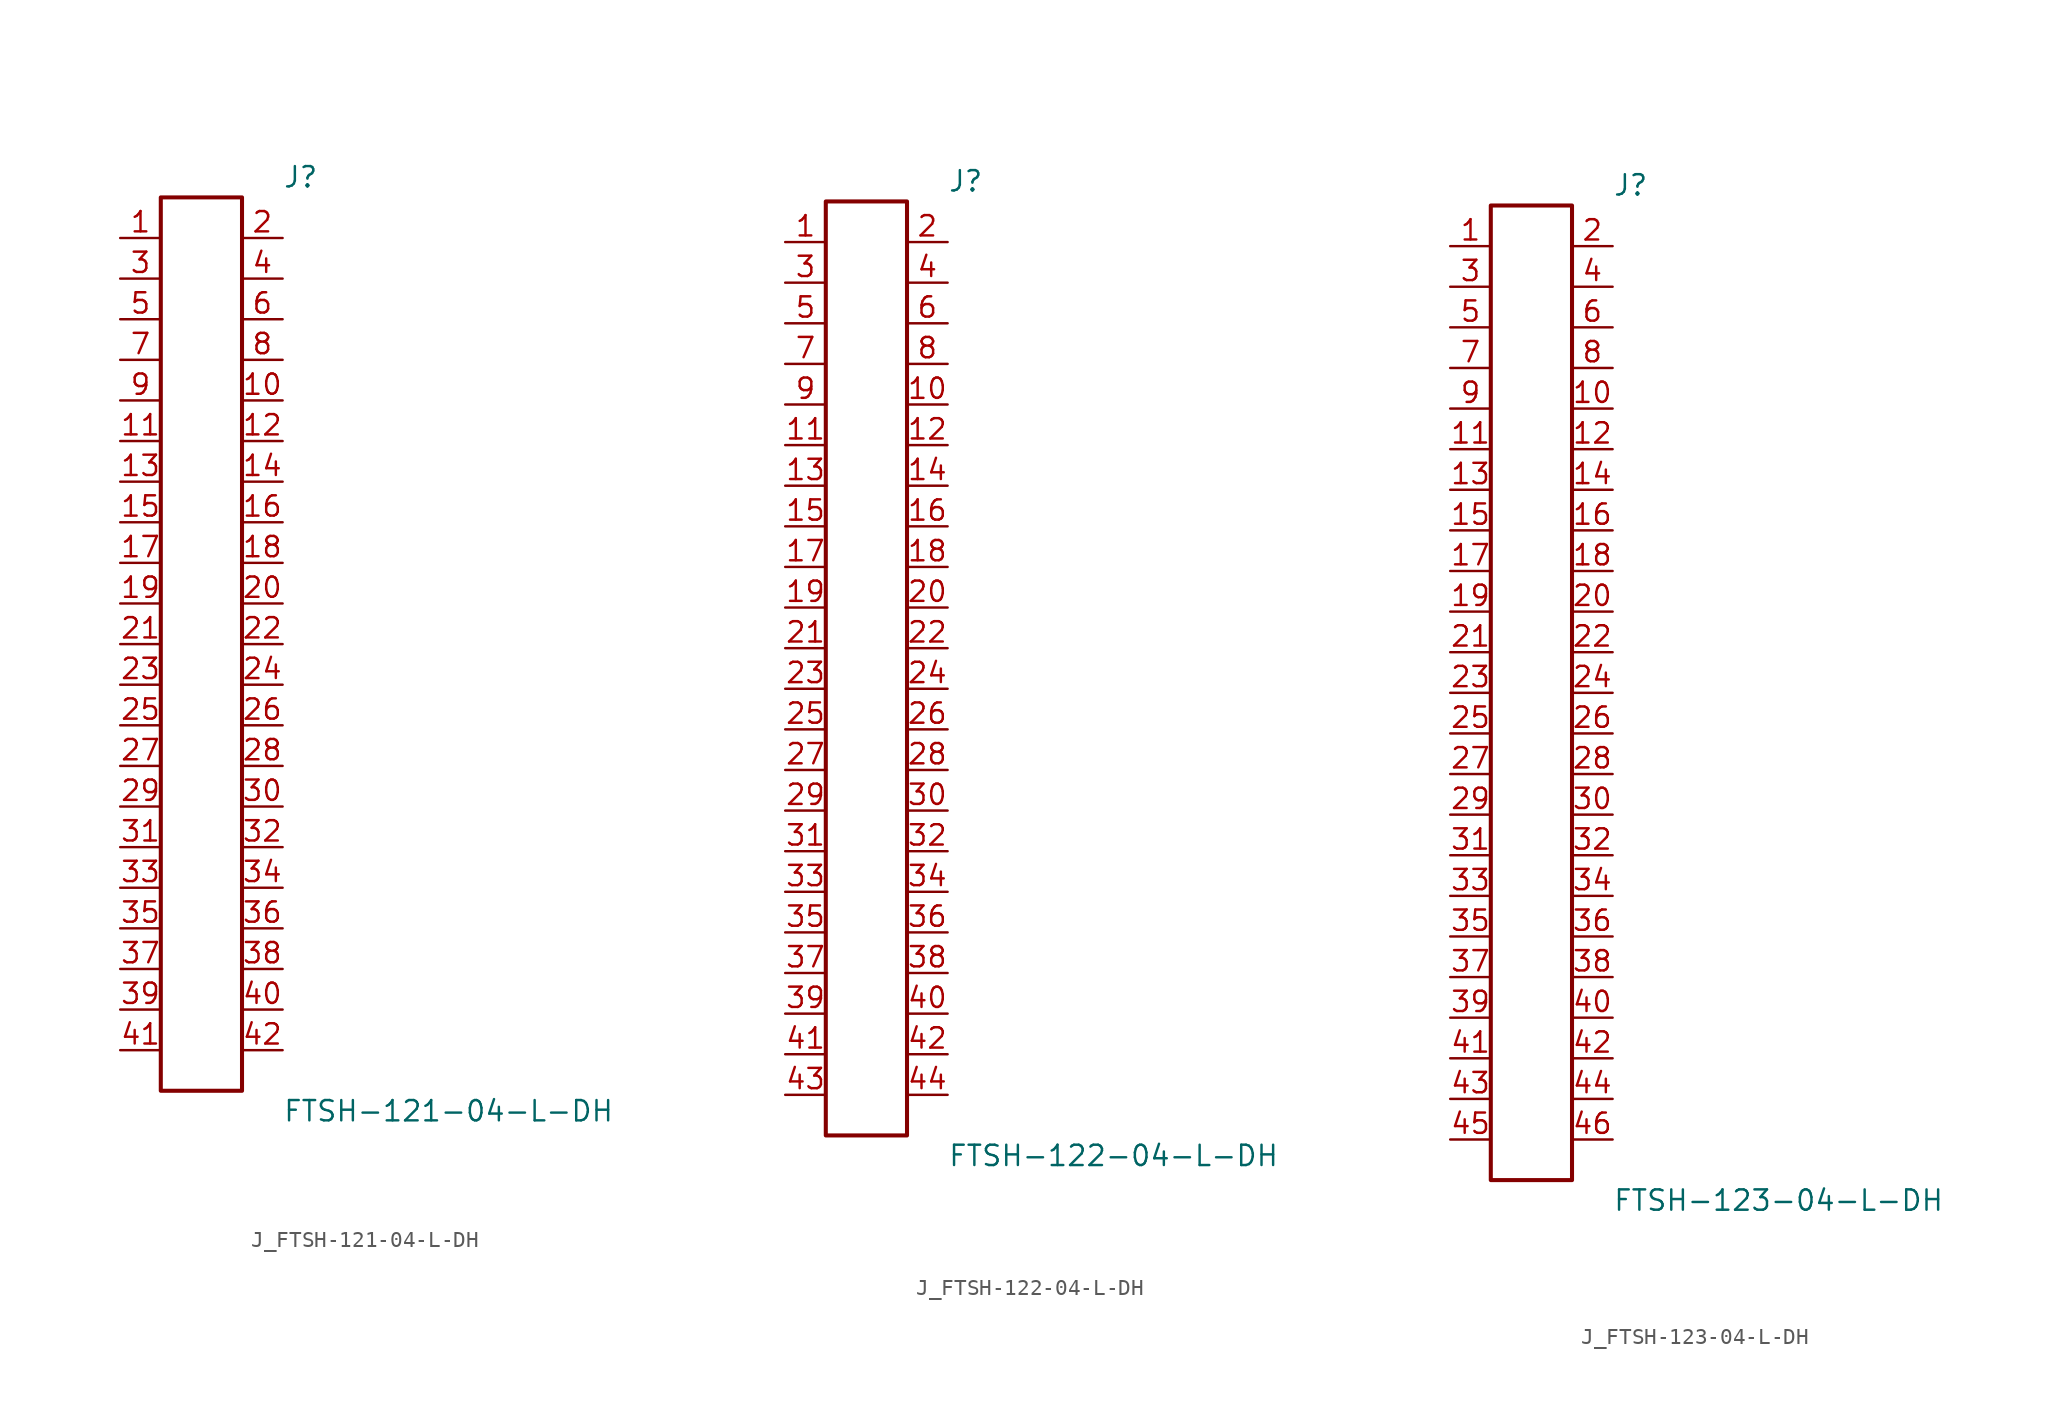
<source format=kicad_sym>
(kicad_symbol_lib
  (version 20231120)
  (generator kicad_symbol_editor)
  (generator_version 8.0)
  (symbol "J_FTSH-121-04-L-DH"
    (pin_names
      (offset 0.254))
    (property "Reference" "J"
      (at 5.08 29.21 0)
      (effects (font (size 1.27 1.27)) (justify left)))
    (property "Value" "FTSH-121-04-L-DH"
      (at 5.08 -29.21 0)
      (effects (font (size 1.27 1.27)) (justify left)))
    (symbol "J_FTSH-121-04-L-DH_0_0"
      (pin unspecified line (at -5.08 25.4 0) (length 2.54) (name "" (effects (font (size 1.27 1.27)))) (number "1" (effects (font (size 1.27 1.27)))))
      (pin unspecified line (at 5.08 25.4 180) (length 2.54) (name "" (effects (font (size 1.27 1.27)))) (number "2" (effects (font (size 1.27 1.27)))))
      (pin unspecified line (at -5.08 22.86 0) (length 2.54) (name "" (effects (font (size 1.27 1.27)))) (number "3" (effects (font (size 1.27 1.27)))))
      (pin unspecified line (at 5.08 22.86 180) (length 2.54) (name "" (effects (font (size 1.27 1.27)))) (number "4" (effects (font (size 1.27 1.27)))))
      (pin unspecified line (at -5.08 20.32 0) (length 2.54) (name "" (effects (font (size 1.27 1.27)))) (number "5" (effects (font (size 1.27 1.27)))))
      (pin unspecified line (at 5.08 20.32 180) (length 2.54) (name "" (effects (font (size 1.27 1.27)))) (number "6" (effects (font (size 1.27 1.27)))))
      (pin unspecified line (at -5.08 17.78 0) (length 2.54) (name "" (effects (font (size 1.27 1.27)))) (number "7" (effects (font (size 1.27 1.27)))))
      (pin unspecified line (at 5.08 17.78 180) (length 2.54) (name "" (effects (font (size 1.27 1.27)))) (number "8" (effects (font (size 1.27 1.27)))))
      (pin unspecified line (at -5.08 15.24 0) (length 2.54) (name "" (effects (font (size 1.27 1.27)))) (number "9" (effects (font (size 1.27 1.27)))))
      (pin unspecified line (at 5.08 15.24 180) (length 2.54) (name "" (effects (font (size 1.27 1.27)))) (number "10" (effects (font (size 1.27 1.27)))))
      (pin unspecified line (at -5.08 12.7 0) (length 2.54) (name "" (effects (font (size 1.27 1.27)))) (number "11" (effects (font (size 1.27 1.27)))))
      (pin unspecified line (at 5.08 12.7 180) (length 2.54) (name "" (effects (font (size 1.27 1.27)))) (number "12" (effects (font (size 1.27 1.27)))))
      (pin unspecified line (at -5.08 10.16 0) (length 2.54) (name "" (effects (font (size 1.27 1.27)))) (number "13" (effects (font (size 1.27 1.27)))))
      (pin unspecified line (at 5.08 10.16 180) (length 2.54) (name "" (effects (font (size 1.27 1.27)))) (number "14" (effects (font (size 1.27 1.27)))))
      (pin unspecified line (at -5.08 7.62 0) (length 2.54) (name "" (effects (font (size 1.27 1.27)))) (number "15" (effects (font (size 1.27 1.27)))))
      (pin unspecified line (at 5.08 7.62 180) (length 2.54) (name "" (effects (font (size 1.27 1.27)))) (number "16" (effects (font (size 1.27 1.27)))))
      (pin unspecified line (at -5.08 5.08 0) (length 2.54) (name "" (effects (font (size 1.27 1.27)))) (number "17" (effects (font (size 1.27 1.27)))))
      (pin unspecified line (at 5.08 5.08 180) (length 2.54) (name "" (effects (font (size 1.27 1.27)))) (number "18" (effects (font (size 1.27 1.27)))))
      (pin unspecified line (at -5.08 2.54 0) (length 2.54) (name "" (effects (font (size 1.27 1.27)))) (number "19" (effects (font (size 1.27 1.27)))))
      (pin unspecified line (at 5.08 2.54 180) (length 2.54) (name "" (effects (font (size 1.27 1.27)))) (number "20" (effects (font (size 1.27 1.27)))))
      (pin unspecified line (at -5.08 0.0 0) (length 2.54) (name "" (effects (font (size 1.27 1.27)))) (number "21" (effects (font (size 1.27 1.27)))))
      (pin unspecified line (at 5.08 0.0 180) (length 2.54) (name "" (effects (font (size 1.27 1.27)))) (number "22" (effects (font (size 1.27 1.27)))))
      (pin unspecified line (at -5.08 -2.54 0) (length 2.54) (name "" (effects (font (size 1.27 1.27)))) (number "23" (effects (font (size 1.27 1.27)))))
      (pin unspecified line (at 5.08 -2.54 180) (length 2.54) (name "" (effects (font (size 1.27 1.27)))) (number "24" (effects (font (size 1.27 1.27)))))
      (pin unspecified line (at -5.08 -5.08 0) (length 2.54) (name "" (effects (font (size 1.27 1.27)))) (number "25" (effects (font (size 1.27 1.27)))))
      (pin unspecified line (at 5.08 -5.08 180) (length 2.54) (name "" (effects (font (size 1.27 1.27)))) (number "26" (effects (font (size 1.27 1.27)))))
      (pin unspecified line (at -5.08 -7.62 0) (length 2.54) (name "" (effects (font (size 1.27 1.27)))) (number "27" (effects (font (size 1.27 1.27)))))
      (pin unspecified line (at 5.08 -7.62 180) (length 2.54) (name "" (effects (font (size 1.27 1.27)))) (number "28" (effects (font (size 1.27 1.27)))))
      (pin unspecified line (at -5.08 -10.16 0) (length 2.54) (name "" (effects (font (size 1.27 1.27)))) (number "29" (effects (font (size 1.27 1.27)))))
      (pin unspecified line (at 5.08 -10.16 180) (length 2.54) (name "" (effects (font (size 1.27 1.27)))) (number "30" (effects (font (size 1.27 1.27)))))
      (pin unspecified line (at -5.08 -12.7 0) (length 2.54) (name "" (effects (font (size 1.27 1.27)))) (number "31" (effects (font (size 1.27 1.27)))))
      (pin unspecified line (at 5.08 -12.7 180) (length 2.54) (name "" (effects (font (size 1.27 1.27)))) (number "32" (effects (font (size 1.27 1.27)))))
      (pin unspecified line (at -5.08 -15.24 0) (length 2.54) (name "" (effects (font (size 1.27 1.27)))) (number "33" (effects (font (size 1.27 1.27)))))
      (pin unspecified line (at 5.08 -15.24 180) (length 2.54) (name "" (effects (font (size 1.27 1.27)))) (number "34" (effects (font (size 1.27 1.27)))))
      (pin unspecified line (at -5.08 -17.78 0) (length 2.54) (name "" (effects (font (size 1.27 1.27)))) (number "35" (effects (font (size 1.27 1.27)))))
      (pin unspecified line (at 5.08 -17.78 180) (length 2.54) (name "" (effects (font (size 1.27 1.27)))) (number "36" (effects (font (size 1.27 1.27)))))
      (pin unspecified line (at -5.08 -20.32 0) (length 2.54) (name "" (effects (font (size 1.27 1.27)))) (number "37" (effects (font (size 1.27 1.27)))))
      (pin unspecified line (at 5.08 -20.32 180) (length 2.54) (name "" (effects (font (size 1.27 1.27)))) (number "38" (effects (font (size 1.27 1.27)))))
      (pin unspecified line (at -5.08 -22.86 0) (length 2.54) (name "" (effects (font (size 1.27 1.27)))) (number "39" (effects (font (size 1.27 1.27)))))
      (pin unspecified line (at 5.08 -22.86 180) (length 2.54) (name "" (effects (font (size 1.27 1.27)))) (number "40" (effects (font (size 1.27 1.27)))))
      (pin unspecified line (at -5.08 -25.4 0) (length 2.54) (name "" (effects (font (size 1.27 1.27)))) (number "41" (effects (font (size 1.27 1.27)))))
      (pin unspecified line (at 5.08 -25.4 180) (length 2.54) (name "" (effects (font (size 1.27 1.27)))) (number "42" (effects (font (size 1.27 1.27))))))
    (symbol "J_FTSH-121-04-L-DH_1_0"
      (rectangle (start -2.54 27.94) (end 2.54 -27.94) (stroke (width 0.254) (type solid)) (fill (type none)))))
  (symbol "J_FTSH-122-04-L-DH"
    (pin_names
      (offset 0.254))
    (property "Reference" "J"
      (at 5.08 30.48 0)
      (effects (font (size 1.27 1.27)) (justify left)))
    (property "Value" "FTSH-122-04-L-DH"
      (at 5.08 -30.48 0)
      (effects (font (size 1.27 1.27)) (justify left)))
    (symbol "J_FTSH-122-04-L-DH_0_0"
      (pin unspecified line (at -5.08 26.67 0) (length 2.54) (name "" (effects (font (size 1.27 1.27)))) (number "1" (effects (font (size 1.27 1.27)))))
      (pin unspecified line (at 5.08 26.67 180) (length 2.54) (name "" (effects (font (size 1.27 1.27)))) (number "2" (effects (font (size 1.27 1.27)))))
      (pin unspecified line (at -5.08 24.13 0) (length 2.54) (name "" (effects (font (size 1.27 1.27)))) (number "3" (effects (font (size 1.27 1.27)))))
      (pin unspecified line (at 5.08 24.13 180) (length 2.54) (name "" (effects (font (size 1.27 1.27)))) (number "4" (effects (font (size 1.27 1.27)))))
      (pin unspecified line (at -5.08 21.59 0) (length 2.54) (name "" (effects (font (size 1.27 1.27)))) (number "5" (effects (font (size 1.27 1.27)))))
      (pin unspecified line (at 5.08 21.59 180) (length 2.54) (name "" (effects (font (size 1.27 1.27)))) (number "6" (effects (font (size 1.27 1.27)))))
      (pin unspecified line (at -5.08 19.05 0) (length 2.54) (name "" (effects (font (size 1.27 1.27)))) (number "7" (effects (font (size 1.27 1.27)))))
      (pin unspecified line (at 5.08 19.05 180) (length 2.54) (name "" (effects (font (size 1.27 1.27)))) (number "8" (effects (font (size 1.27 1.27)))))
      (pin unspecified line (at -5.08 16.51 0) (length 2.54) (name "" (effects (font (size 1.27 1.27)))) (number "9" (effects (font (size 1.27 1.27)))))
      (pin unspecified line (at 5.08 16.51 180) (length 2.54) (name "" (effects (font (size 1.27 1.27)))) (number "10" (effects (font (size 1.27 1.27)))))
      (pin unspecified line (at -5.08 13.97 0) (length 2.54) (name "" (effects (font (size 1.27 1.27)))) (number "11" (effects (font (size 1.27 1.27)))))
      (pin unspecified line (at 5.08 13.97 180) (length 2.54) (name "" (effects (font (size 1.27 1.27)))) (number "12" (effects (font (size 1.27 1.27)))))
      (pin unspecified line (at -5.08 11.43 0) (length 2.54) (name "" (effects (font (size 1.27 1.27)))) (number "13" (effects (font (size 1.27 1.27)))))
      (pin unspecified line (at 5.08 11.43 180) (length 2.54) (name "" (effects (font (size 1.27 1.27)))) (number "14" (effects (font (size 1.27 1.27)))))
      (pin unspecified line (at -5.08 8.89 0) (length 2.54) (name "" (effects (font (size 1.27 1.27)))) (number "15" (effects (font (size 1.27 1.27)))))
      (pin unspecified line (at 5.08 8.89 180) (length 2.54) (name "" (effects (font (size 1.27 1.27)))) (number "16" (effects (font (size 1.27 1.27)))))
      (pin unspecified line (at -5.08 6.35 0) (length 2.54) (name "" (effects (font (size 1.27 1.27)))) (number "17" (effects (font (size 1.27 1.27)))))
      (pin unspecified line (at 5.08 6.35 180) (length 2.54) (name "" (effects (font (size 1.27 1.27)))) (number "18" (effects (font (size 1.27 1.27)))))
      (pin unspecified line (at -5.08 3.81 0) (length 2.54) (name "" (effects (font (size 1.27 1.27)))) (number "19" (effects (font (size 1.27 1.27)))))
      (pin unspecified line (at 5.08 3.81 180) (length 2.54) (name "" (effects (font (size 1.27 1.27)))) (number "20" (effects (font (size 1.27 1.27)))))
      (pin unspecified line (at -5.08 1.27 0) (length 2.54) (name "" (effects (font (size 1.27 1.27)))) (number "21" (effects (font (size 1.27 1.27)))))
      (pin unspecified line (at 5.08 1.27 180) (length 2.54) (name "" (effects (font (size 1.27 1.27)))) (number "22" (effects (font (size 1.27 1.27)))))
      (pin unspecified line (at -5.08 -1.27 0) (length 2.54) (name "" (effects (font (size 1.27 1.27)))) (number "23" (effects (font (size 1.27 1.27)))))
      (pin unspecified line (at 5.08 -1.27 180) (length 2.54) (name "" (effects (font (size 1.27 1.27)))) (number "24" (effects (font (size 1.27 1.27)))))
      (pin unspecified line (at -5.08 -3.81 0) (length 2.54) (name "" (effects (font (size 1.27 1.27)))) (number "25" (effects (font (size 1.27 1.27)))))
      (pin unspecified line (at 5.08 -3.81 180) (length 2.54) (name "" (effects (font (size 1.27 1.27)))) (number "26" (effects (font (size 1.27 1.27)))))
      (pin unspecified line (at -5.08 -6.35 0) (length 2.54) (name "" (effects (font (size 1.27 1.27)))) (number "27" (effects (font (size 1.27 1.27)))))
      (pin unspecified line (at 5.08 -6.35 180) (length 2.54) (name "" (effects (font (size 1.27 1.27)))) (number "28" (effects (font (size 1.27 1.27)))))
      (pin unspecified line (at -5.08 -8.89 0) (length 2.54) (name "" (effects (font (size 1.27 1.27)))) (number "29" (effects (font (size 1.27 1.27)))))
      (pin unspecified line (at 5.08 -8.89 180) (length 2.54) (name "" (effects (font (size 1.27 1.27)))) (number "30" (effects (font (size 1.27 1.27)))))
      (pin unspecified line (at -5.08 -11.43 0) (length 2.54) (name "" (effects (font (size 1.27 1.27)))) (number "31" (effects (font (size 1.27 1.27)))))
      (pin unspecified line (at 5.08 -11.43 180) (length 2.54) (name "" (effects (font (size 1.27 1.27)))) (number "32" (effects (font (size 1.27 1.27)))))
      (pin unspecified line (at -5.08 -13.97 0) (length 2.54) (name "" (effects (font (size 1.27 1.27)))) (number "33" (effects (font (size 1.27 1.27)))))
      (pin unspecified line (at 5.08 -13.97 180) (length 2.54) (name "" (effects (font (size 1.27 1.27)))) (number "34" (effects (font (size 1.27 1.27)))))
      (pin unspecified line (at -5.08 -16.51 0) (length 2.54) (name "" (effects (font (size 1.27 1.27)))) (number "35" (effects (font (size 1.27 1.27)))))
      (pin unspecified line (at 5.08 -16.51 180) (length 2.54) (name "" (effects (font (size 1.27 1.27)))) (number "36" (effects (font (size 1.27 1.27)))))
      (pin unspecified line (at -5.08 -19.05 0) (length 2.54) (name "" (effects (font (size 1.27 1.27)))) (number "37" (effects (font (size 1.27 1.27)))))
      (pin unspecified line (at 5.08 -19.05 180) (length 2.54) (name "" (effects (font (size 1.27 1.27)))) (number "38" (effects (font (size 1.27 1.27)))))
      (pin unspecified line (at -5.08 -21.59 0) (length 2.54) (name "" (effects (font (size 1.27 1.27)))) (number "39" (effects (font (size 1.27 1.27)))))
      (pin unspecified line (at 5.08 -21.59 180) (length 2.54) (name "" (effects (font (size 1.27 1.27)))) (number "40" (effects (font (size 1.27 1.27)))))
      (pin unspecified line (at -5.08 -24.13 0) (length 2.54) (name "" (effects (font (size 1.27 1.27)))) (number "41" (effects (font (size 1.27 1.27)))))
      (pin unspecified line (at 5.08 -24.13 180) (length 2.54) (name "" (effects (font (size 1.27 1.27)))) (number "42" (effects (font (size 1.27 1.27)))))
      (pin unspecified line (at -5.08 -26.67 0) (length 2.54) (name "" (effects (font (size 1.27 1.27)))) (number "43" (effects (font (size 1.27 1.27)))))
      (pin unspecified line (at 5.08 -26.67 180) (length 2.54) (name "" (effects (font (size 1.27 1.27)))) (number "44" (effects (font (size 1.27 1.27))))))
    (symbol "J_FTSH-122-04-L-DH_1_0"
      (rectangle (start -2.54 29.21) (end 2.54 -29.21) (stroke (width 0.254) (type solid)) (fill (type none)))))
  (symbol "J_FTSH-123-04-L-DH"
    (pin_names
      (offset 0.254))
    (property "Reference" "J"
      (at 5.08 31.75 0)
      (effects (font (size 1.27 1.27)) (justify left)))
    (property "Value" "FTSH-123-04-L-DH"
      (at 5.08 -31.75 0)
      (effects (font (size 1.27 1.27)) (justify left)))
    (symbol "J_FTSH-123-04-L-DH_0_0"
      (pin unspecified line (at -5.08 27.94 0) (length 2.54) (name "" (effects (font (size 1.27 1.27)))) (number "1" (effects (font (size 1.27 1.27)))))
      (pin unspecified line (at 5.08 27.94 180) (length 2.54) (name "" (effects (font (size 1.27 1.27)))) (number "2" (effects (font (size 1.27 1.27)))))
      (pin unspecified line (at -5.08 25.4 0) (length 2.54) (name "" (effects (font (size 1.27 1.27)))) (number "3" (effects (font (size 1.27 1.27)))))
      (pin unspecified line (at 5.08 25.4 180) (length 2.54) (name "" (effects (font (size 1.27 1.27)))) (number "4" (effects (font (size 1.27 1.27)))))
      (pin unspecified line (at -5.08 22.86 0) (length 2.54) (name "" (effects (font (size 1.27 1.27)))) (number "5" (effects (font (size 1.27 1.27)))))
      (pin unspecified line (at 5.08 22.86 180) (length 2.54) (name "" (effects (font (size 1.27 1.27)))) (number "6" (effects (font (size 1.27 1.27)))))
      (pin unspecified line (at -5.08 20.32 0) (length 2.54) (name "" (effects (font (size 1.27 1.27)))) (number "7" (effects (font (size 1.27 1.27)))))
      (pin unspecified line (at 5.08 20.32 180) (length 2.54) (name "" (effects (font (size 1.27 1.27)))) (number "8" (effects (font (size 1.27 1.27)))))
      (pin unspecified line (at -5.08 17.78 0) (length 2.54) (name "" (effects (font (size 1.27 1.27)))) (number "9" (effects (font (size 1.27 1.27)))))
      (pin unspecified line (at 5.08 17.78 180) (length 2.54) (name "" (effects (font (size 1.27 1.27)))) (number "10" (effects (font (size 1.27 1.27)))))
      (pin unspecified line (at -5.08 15.24 0) (length 2.54) (name "" (effects (font (size 1.27 1.27)))) (number "11" (effects (font (size 1.27 1.27)))))
      (pin unspecified line (at 5.08 15.24 180) (length 2.54) (name "" (effects (font (size 1.27 1.27)))) (number "12" (effects (font (size 1.27 1.27)))))
      (pin unspecified line (at -5.08 12.7 0) (length 2.54) (name "" (effects (font (size 1.27 1.27)))) (number "13" (effects (font (size 1.27 1.27)))))
      (pin unspecified line (at 5.08 12.7 180) (length 2.54) (name "" (effects (font (size 1.27 1.27)))) (number "14" (effects (font (size 1.27 1.27)))))
      (pin unspecified line (at -5.08 10.16 0) (length 2.54) (name "" (effects (font (size 1.27 1.27)))) (number "15" (effects (font (size 1.27 1.27)))))
      (pin unspecified line (at 5.08 10.16 180) (length 2.54) (name "" (effects (font (size 1.27 1.27)))) (number "16" (effects (font (size 1.27 1.27)))))
      (pin unspecified line (at -5.08 7.62 0) (length 2.54) (name "" (effects (font (size 1.27 1.27)))) (number "17" (effects (font (size 1.27 1.27)))))
      (pin unspecified line (at 5.08 7.62 180) (length 2.54) (name "" (effects (font (size 1.27 1.27)))) (number "18" (effects (font (size 1.27 1.27)))))
      (pin unspecified line (at -5.08 5.08 0) (length 2.54) (name "" (effects (font (size 1.27 1.27)))) (number "19" (effects (font (size 1.27 1.27)))))
      (pin unspecified line (at 5.08 5.08 180) (length 2.54) (name "" (effects (font (size 1.27 1.27)))) (number "20" (effects (font (size 1.27 1.27)))))
      (pin unspecified line (at -5.08 2.54 0) (length 2.54) (name "" (effects (font (size 1.27 1.27)))) (number "21" (effects (font (size 1.27 1.27)))))
      (pin unspecified line (at 5.08 2.54 180) (length 2.54) (name "" (effects (font (size 1.27 1.27)))) (number "22" (effects (font (size 1.27 1.27)))))
      (pin unspecified line (at -5.08 0.0 0) (length 2.54) (name "" (effects (font (size 1.27 1.27)))) (number "23" (effects (font (size 1.27 1.27)))))
      (pin unspecified line (at 5.08 0.0 180) (length 2.54) (name "" (effects (font (size 1.27 1.27)))) (number "24" (effects (font (size 1.27 1.27)))))
      (pin unspecified line (at -5.08 -2.54 0) (length 2.54) (name "" (effects (font (size 1.27 1.27)))) (number "25" (effects (font (size 1.27 1.27)))))
      (pin unspecified line (at 5.08 -2.54 180) (length 2.54) (name "" (effects (font (size 1.27 1.27)))) (number "26" (effects (font (size 1.27 1.27)))))
      (pin unspecified line (at -5.08 -5.08 0) (length 2.54) (name "" (effects (font (size 1.27 1.27)))) (number "27" (effects (font (size 1.27 1.27)))))
      (pin unspecified line (at 5.08 -5.08 180) (length 2.54) (name "" (effects (font (size 1.27 1.27)))) (number "28" (effects (font (size 1.27 1.27)))))
      (pin unspecified line (at -5.08 -7.62 0) (length 2.54) (name "" (effects (font (size 1.27 1.27)))) (number "29" (effects (font (size 1.27 1.27)))))
      (pin unspecified line (at 5.08 -7.62 180) (length 2.54) (name "" (effects (font (size 1.27 1.27)))) (number "30" (effects (font (size 1.27 1.27)))))
      (pin unspecified line (at -5.08 -10.16 0) (length 2.54) (name "" (effects (font (size 1.27 1.27)))) (number "31" (effects (font (size 1.27 1.27)))))
      (pin unspecified line (at 5.08 -10.16 180) (length 2.54) (name "" (effects (font (size 1.27 1.27)))) (number "32" (effects (font (size 1.27 1.27)))))
      (pin unspecified line (at -5.08 -12.7 0) (length 2.54) (name "" (effects (font (size 1.27 1.27)))) (number "33" (effects (font (size 1.27 1.27)))))
      (pin unspecified line (at 5.08 -12.7 180) (length 2.54) (name "" (effects (font (size 1.27 1.27)))) (number "34" (effects (font (size 1.27 1.27)))))
      (pin unspecified line (at -5.08 -15.24 0) (length 2.54) (name "" (effects (font (size 1.27 1.27)))) (number "35" (effects (font (size 1.27 1.27)))))
      (pin unspecified line (at 5.08 -15.24 180) (length 2.54) (name "" (effects (font (size 1.27 1.27)))) (number "36" (effects (font (size 1.27 1.27)))))
      (pin unspecified line (at -5.08 -17.78 0) (length 2.54) (name "" (effects (font (size 1.27 1.27)))) (number "37" (effects (font (size 1.27 1.27)))))
      (pin unspecified line (at 5.08 -17.78 180) (length 2.54) (name "" (effects (font (size 1.27 1.27)))) (number "38" (effects (font (size 1.27 1.27)))))
      (pin unspecified line (at -5.08 -20.32 0) (length 2.54) (name "" (effects (font (size 1.27 1.27)))) (number "39" (effects (font (size 1.27 1.27)))))
      (pin unspecified line (at 5.08 -20.32 180) (length 2.54) (name "" (effects (font (size 1.27 1.27)))) (number "40" (effects (font (size 1.27 1.27)))))
      (pin unspecified line (at -5.08 -22.86 0) (length 2.54) (name "" (effects (font (size 1.27 1.27)))) (number "41" (effects (font (size 1.27 1.27)))))
      (pin unspecified line (at 5.08 -22.86 180) (length 2.54) (name "" (effects (font (size 1.27 1.27)))) (number "42" (effects (font (size 1.27 1.27)))))
      (pin unspecified line (at -5.08 -25.4 0) (length 2.54) (name "" (effects (font (size 1.27 1.27)))) (number "43" (effects (font (size 1.27 1.27)))))
      (pin unspecified line (at 5.08 -25.4 180) (length 2.54) (name "" (effects (font (size 1.27 1.27)))) (number "44" (effects (font (size 1.27 1.27)))))
      (pin unspecified line (at -5.08 -27.94 0) (length 2.54) (name "" (effects (font (size 1.27 1.27)))) (number "45" (effects (font (size 1.27 1.27)))))
      (pin unspecified line (at 5.08 -27.94 180) (length 2.54) (name "" (effects (font (size 1.27 1.27)))) (number "46" (effects (font (size 1.27 1.27))))))
    (symbol "J_FTSH-123-04-L-DH_1_0"
      (rectangle (start -2.54 30.48) (end 2.54 -30.48) (stroke (width 0.254) (type solid)) (fill (type none))))))
</source>
